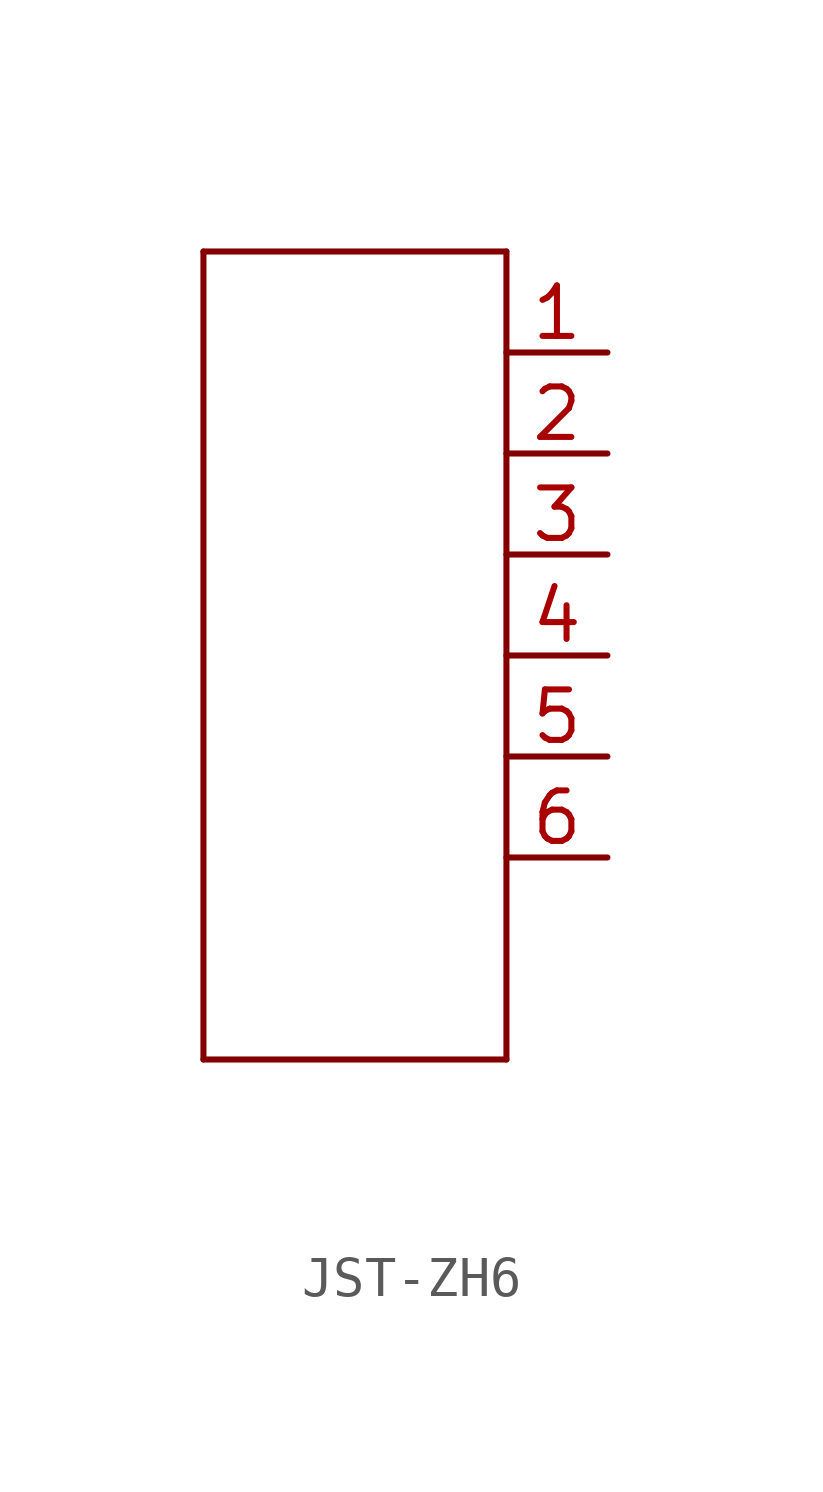
<source format=kicad_sym>
(kicad_symbol_lib
  (version 20220914)
  (generator kicad_symbol_editor)
  (symbol "JST-ZH6"
    (property "Reference" ""
      (at -5.08 10.922 0)
      (effects (font (size 1.778 1.511)) (justify left bottom) hide))
    (property "Value" ""
      (at -5.08 -12.446 0)
      (effects (font (size 1.778 1.511)) (justify left bottom)))
    (property "ki_locked" ""
      (at 0 0 0)
      (effects (font (size 1.27 1.27))))
    (symbol "JST-ZH6_1_0"
      (polyline (pts (xy -5.08 -10.16) (xy 2.54 -10.16)) (stroke (width 0.152) (type solid)) (fill (type none)))
      (polyline (pts (xy -5.08 10.16) (xy -5.08 -10.16)) (stroke (width 0.152) (type solid)) (fill (type none)))
      (polyline (pts (xy 2.54 -10.16) (xy 2.54 10.16)) (stroke (width 0.152) (type solid)) (fill (type none)))
      (polyline (pts (xy 2.54 10.16) (xy -5.08 10.16)) (stroke (width 0.152) (type solid)) (fill (type none)))
      (pin passive line (at 5.08 7.62 180) (length 2.54) (name "1" (effects (font (size 0 0)))) (number "1" (effects (font (size 1.27 1.27)))))
      (pin passive line (at 5.08 5.08 180) (length 2.54) (name "2" (effects (font (size 0 0)))) (number "2" (effects (font (size 1.27 1.27)))))
      (pin passive line (at 5.08 2.54 180) (length 2.54) (name "3" (effects (font (size 0 0)))) (number "3" (effects (font (size 1.27 1.27)))))
      (pin passive line (at 5.08 0 180) (length 2.54) (name "4" (effects (font (size 0 0)))) (number "4" (effects (font (size 1.27 1.27)))))
      (pin passive line (at 5.08 -2.54 180) (length 2.54) (name "5" (effects (font (size 0 0)))) (number "5" (effects (font (size 1.27 1.27)))))
      (pin passive line (at 5.08 -5.08 180) (length 2.54) (name "6" (effects (font (size 0 0)))) (number "6" (effects (font (size 1.27 1.27))))))))
</source>
